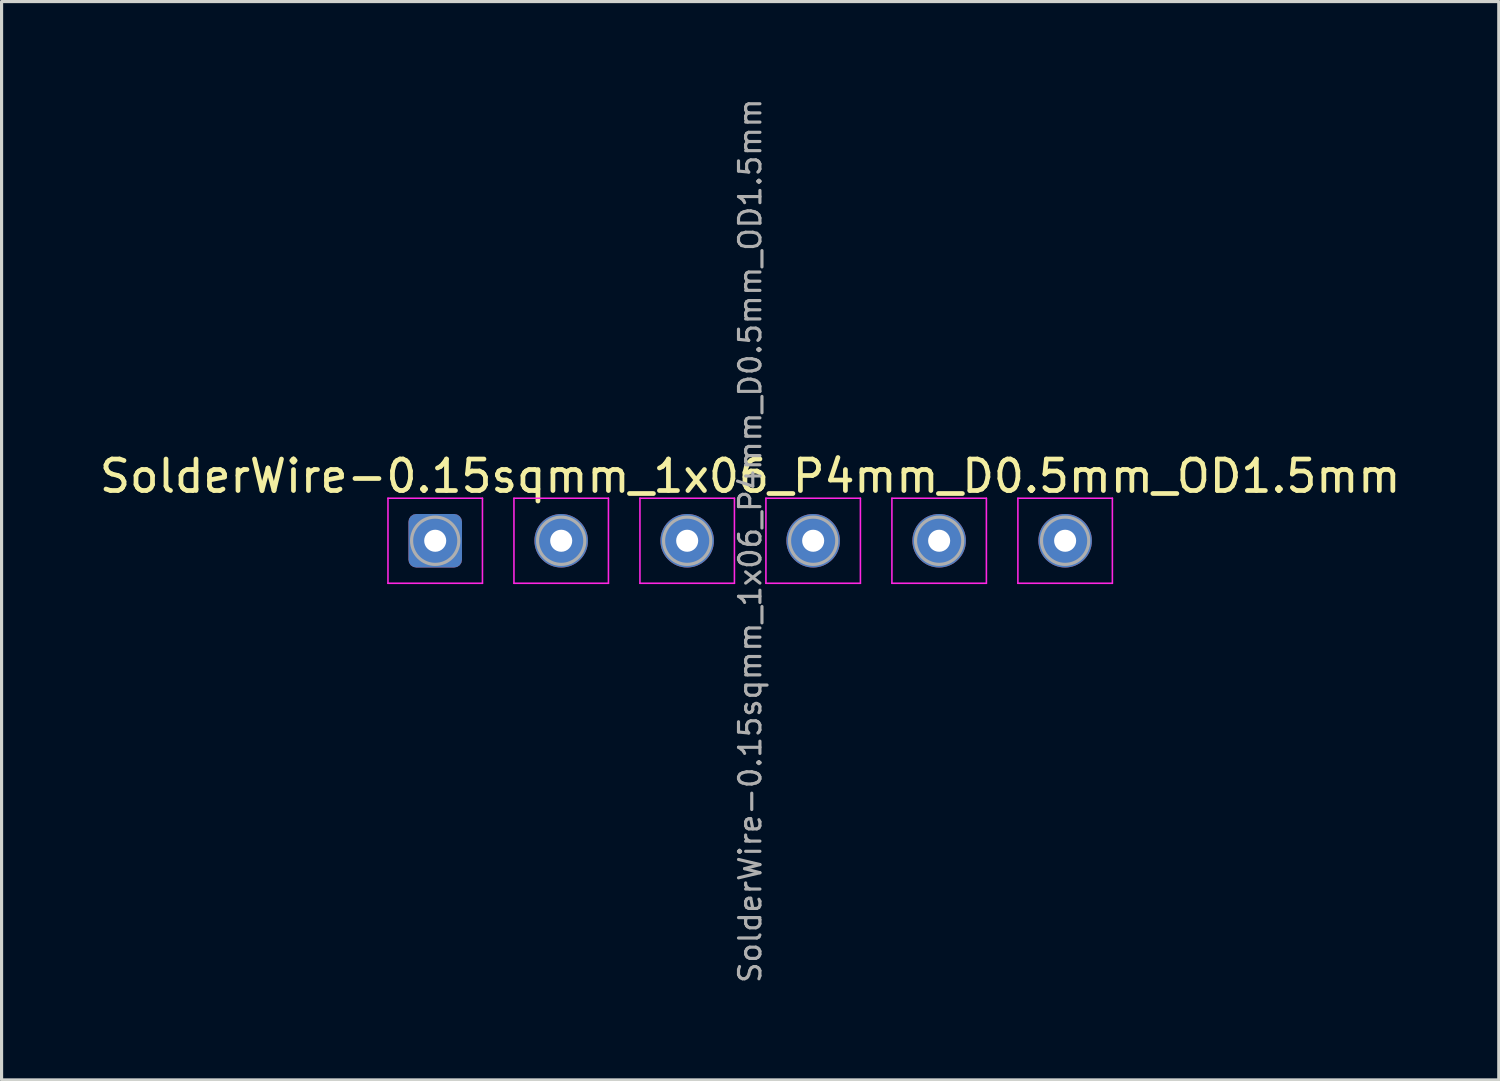
<source format=kicad_pcb>
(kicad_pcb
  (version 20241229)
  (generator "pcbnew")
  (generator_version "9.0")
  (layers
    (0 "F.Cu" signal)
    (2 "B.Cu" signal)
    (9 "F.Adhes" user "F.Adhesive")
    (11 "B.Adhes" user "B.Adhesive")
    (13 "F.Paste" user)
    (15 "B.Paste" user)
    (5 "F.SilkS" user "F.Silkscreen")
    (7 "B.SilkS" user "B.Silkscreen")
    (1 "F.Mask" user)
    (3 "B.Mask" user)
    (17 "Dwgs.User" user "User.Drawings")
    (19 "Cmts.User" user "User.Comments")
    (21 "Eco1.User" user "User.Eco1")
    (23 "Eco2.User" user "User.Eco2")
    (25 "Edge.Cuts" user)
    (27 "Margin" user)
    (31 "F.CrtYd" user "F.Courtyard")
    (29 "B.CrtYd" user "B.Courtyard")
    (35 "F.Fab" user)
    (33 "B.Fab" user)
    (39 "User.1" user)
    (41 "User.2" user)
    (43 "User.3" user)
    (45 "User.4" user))
  (footprint "SolderWire-0.15sqmm_1x06_P4mm_D0.5mm_OD1.5mm"
    (layer "F.Cu")
    (at 10.768 14.119)
    (property "Reference" "SolderWire-0.15sqmm_1x06_P4mm_D0.5mm_OD1.5mm" (at 10 -2.05 0) (layer "F.SilkS") (effects (font (size 1 1) (thickness 0.15))))
    (attr exclude_from_pos_files exclude_from_bom)
    (fp_line (start -1.5 -1.35) (end -1.5 1.35) (stroke (width 0.05) (type solid)) (layer "F.CrtYd"))
    (fp_line (start -1.5 1.35) (end 1.5 1.35) (stroke (width 0.05) (type solid)) (layer "F.CrtYd"))
    (fp_line (start 1.5 -1.35) (end -1.5 -1.35) (stroke (width 0.05) (type solid)) (layer "F.CrtYd"))
    (fp_line (start 1.5 1.35) (end 1.5 -1.35) (stroke (width 0.05) (type solid)) (layer "F.CrtYd"))
    (fp_line (start 2.5 -1.35) (end 2.5 1.35) (stroke (width 0.05) (type solid)) (layer "F.CrtYd"))
    (fp_line (start 2.5 1.35) (end 5.5 1.35) (stroke (width 0.05) (type solid)) (layer "F.CrtYd"))
    (fp_line (start 5.5 -1.35) (end 2.5 -1.35) (stroke (width 0.05) (type solid)) (layer "F.CrtYd"))
    (fp_line (start 5.5 1.35) (end 5.5 -1.35) (stroke (width 0.05) (type solid)) (layer "F.CrtYd"))
    (fp_line (start 6.5 -1.35) (end 6.5 1.35) (stroke (width 0.05) (type solid)) (layer "F.CrtYd"))
    (fp_line (start 6.5 1.35) (end 9.5 1.35) (stroke (width 0.05) (type solid)) (layer "F.CrtYd"))
    (fp_line (start 9.5 -1.35) (end 6.5 -1.35) (stroke (width 0.05) (type solid)) (layer "F.CrtYd"))
    (fp_line (start 9.5 1.35) (end 9.5 -1.35) (stroke (width 0.05) (type solid)) (layer "F.CrtYd"))
    (fp_line (start 10.5 -1.35) (end 10.5 1.35) (stroke (width 0.05) (type solid)) (layer "F.CrtYd"))
    (fp_line (start 10.5 1.35) (end 13.5 1.35) (stroke (width 0.05) (type solid)) (layer "F.CrtYd"))
    (fp_line (start 13.5 -1.35) (end 10.5 -1.35) (stroke (width 0.05) (type solid)) (layer "F.CrtYd"))
    (fp_line (start 13.5 1.35) (end 13.5 -1.35) (stroke (width 0.05) (type solid)) (layer "F.CrtYd"))
    (fp_line (start 14.5 -1.35) (end 14.5 1.35) (stroke (width 0.05) (type solid)) (layer "F.CrtYd"))
    (fp_line (start 14.5 1.35) (end 17.5 1.35) (stroke (width 0.05) (type solid)) (layer "F.CrtYd"))
    (fp_line (start 17.5 -1.35) (end 14.5 -1.35) (stroke (width 0.05) (type solid)) (layer "F.CrtYd"))
    (fp_line (start 17.5 1.35) (end 17.5 -1.35) (stroke (width 0.05) (type solid)) (layer "F.CrtYd"))
    (fp_line (start 18.5 -1.35) (end 18.5 1.35) (stroke (width 0.05) (type solid)) (layer "F.CrtYd"))
    (fp_line (start 18.5 1.35) (end 21.5 1.35) (stroke (width 0.05) (type solid)) (layer "F.CrtYd"))
    (fp_line (start 21.5 -1.35) (end 18.5 -1.35) (stroke (width 0.05) (type solid)) (layer "F.CrtYd"))
    (fp_line (start 21.5 1.35) (end 21.5 -1.35) (stroke (width 0.05) (type solid)) (layer "F.CrtYd"))
    (fp_circle (center 0 0) (end 0.75 0) (stroke (width 0.1) (type solid)) (fill no) (layer "F.Fab"))
    (fp_circle (center 4 0) (end 4.75 0) (stroke (width 0.1) (type solid)) (fill no) (layer "F.Fab"))
    (fp_circle (center 8 0) (end 8.75 0) (stroke (width 0.1) (type solid)) (fill no) (layer "F.Fab"))
    (fp_circle (center 12 0) (end 12.75 0) (stroke (width 0.1) (type solid)) (fill no) (layer "F.Fab"))
    (fp_circle (center 16 0) (end 16.75 0) (stroke (width 0.1) (type solid)) (fill no) (layer "F.Fab"))
    (fp_circle (center 20 0) (end 20.75 0) (stroke (width 0.1) (type solid)) (fill no) (layer "F.Fab"))
    (fp_text user "${REFERENCE}" (at 10 0 90) (layer "F.Fab") (effects (font (size 0.68 0.68) (thickness 0.1))))
    (pad "1" thru_hole roundrect (at 0 0) (size 1.7 1.7) (drill 0.7) (layers "*.Cu" "*.Mask") (roundrect_rratio 0.147))
    (pad "2" thru_hole circle (at 4 0) (size 1.7 1.7) (drill 0.7) (layers "*.Cu" "*.Mask"))
    (pad "3" thru_hole circle (at 8 0) (size 1.7 1.7) (drill 0.7) (layers "*.Cu" "*.Mask"))
    (pad "4" thru_hole circle (at 12 0) (size 1.7 1.7) (drill 0.7) (layers "*.Cu" "*.Mask"))
    (pad "5" thru_hole circle (at 16 0) (size 1.7 1.7) (drill 0.7) (layers "*.Cu" "*.Mask"))
    (pad "6" thru_hole circle (at 20 0) (size 1.7 1.7) (drill 0.7) (layers "*.Cu" "*.Mask")))
  (gr_rect
    (start -3 -3)
    (end 44.536 31.238)
    (stroke (width 0.1) (type default))
    (fill no)
    (layer "Edge.Cuts")))
</source>
